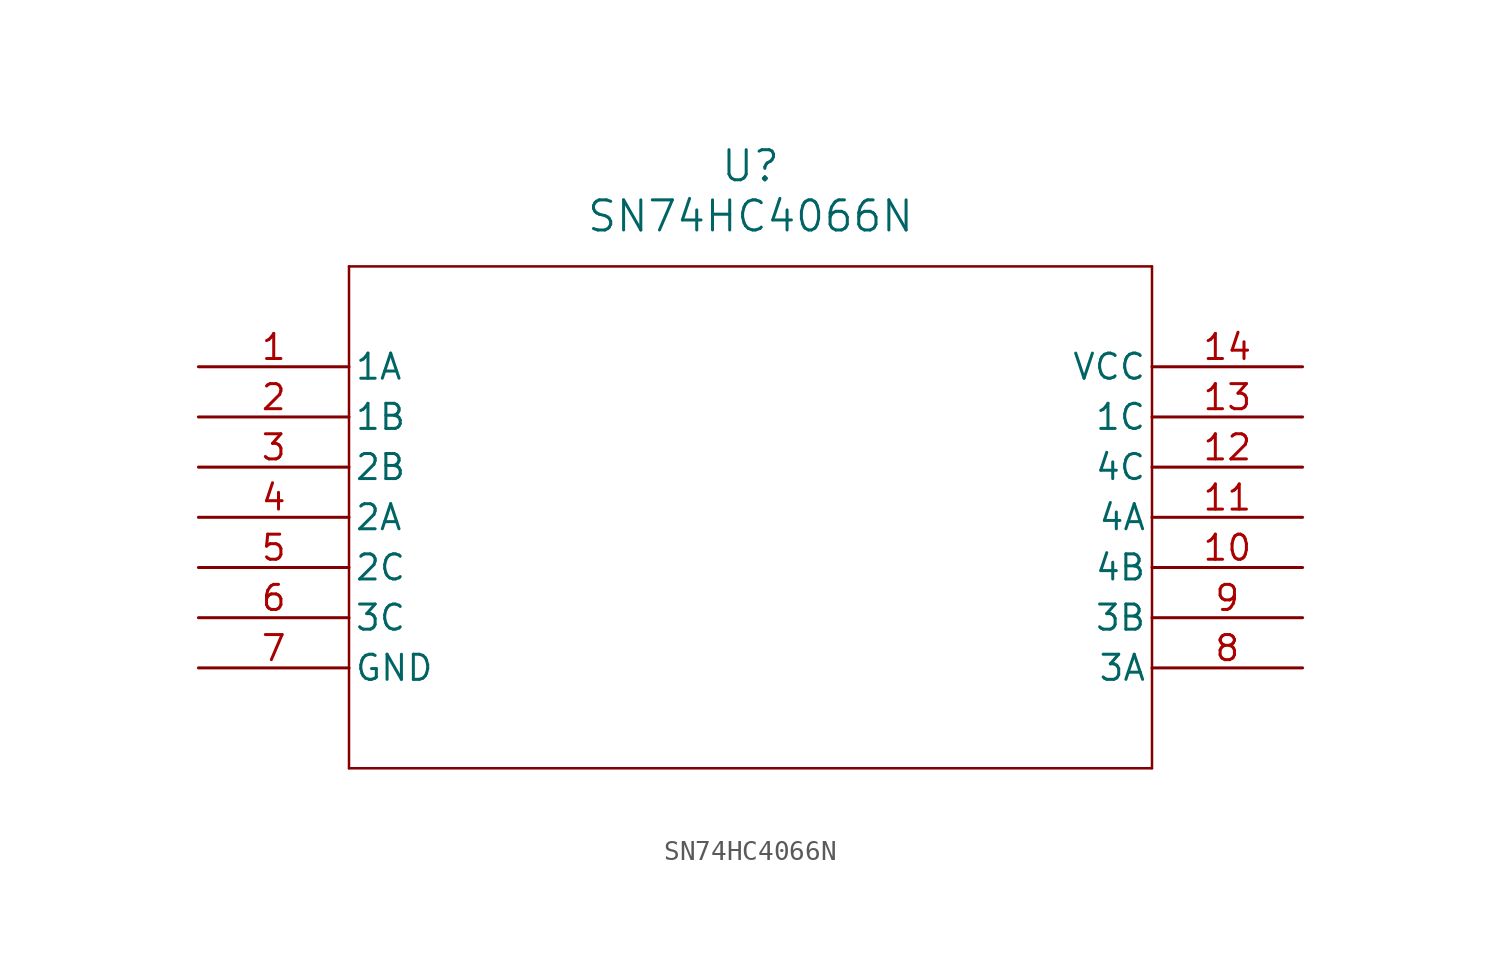
<source format=kicad_sym>
(kicad_symbol_lib
  (version 20211014)
  (generator kicad_symbol_editor)
  (symbol "SN74HC4066N"
    (pin_names
      (offset 0.254))
    (property "Reference" "U"
      (at 27.94 10.16 0)
      (effects (font (size 1.524 1.524))))
    (property "Value" "SN74HC4066N"
      (at 27.94 7.62 0)
      (effects (font (size 1.524 1.524))))
    (symbol "SN74HC4066N_0_1"
      (polyline (pts (xy 7.62 5.08) (xy 7.62 -20.32)) (stroke (width 0.127) (type default) (color 0 0 0 0)) (fill (type none)))
      (polyline (pts (xy 7.62 -20.32) (xy 48.26 -20.32)) (stroke (width 0.127) (type default) (color 0 0 0 0)) (fill (type none)))
      (polyline (pts (xy 48.26 -20.32) (xy 48.26 5.08)) (stroke (width 0.127) (type default) (color 0 0 0 0)) (fill (type none)))
      (polyline (pts (xy 48.26 5.08) (xy 7.62 5.08)) (stroke (width 0.127) (type default) (color 0 0 0 0)) (fill (type none)))
      (pin input line (at 0 0 0) (length 7.62) (name "1A" (effects (font (size 1.27 1.27)))) (number "1" (effects (font (size 1.27 1.27)))))
      (pin input line (at 0 -2.54 0) (length 7.62) (name "1B" (effects (font (size 1.27 1.27)))) (number "2" (effects (font (size 1.27 1.27)))))
      (pin input line (at 0 -5.08 0) (length 7.62) (name "2B" (effects (font (size 1.27 1.27)))) (number "3" (effects (font (size 1.27 1.27)))))
      (pin input line (at 0 -7.62 0) (length 7.62) (name "2A" (effects (font (size 1.27 1.27)))) (number "4" (effects (font (size 1.27 1.27)))))
      (pin input line (at 0 -10.16 0) (length 7.62) (name "2C" (effects (font (size 1.27 1.27)))) (number "5" (effects (font (size 1.27 1.27)))))
      (pin input line (at 0 -12.7 0) (length 7.62) (name "3C" (effects (font (size 1.27 1.27)))) (number "6" (effects (font (size 1.27 1.27)))))
      (pin power_in line (at 0 -15.24 0) (length 7.62) (name "GND" (effects (font (size 1.27 1.27)))) (number "7" (effects (font (size 1.27 1.27)))))
      (pin input line (at 55.88 -15.24 180) (length 7.62) (name "3A" (effects (font (size 1.27 1.27)))) (number "8" (effects (font (size 1.27 1.27)))))
      (pin input line (at 55.88 -12.7 180) (length 7.62) (name "3B" (effects (font (size 1.27 1.27)))) (number "9" (effects (font (size 1.27 1.27)))))
      (pin input line (at 55.88 -10.16 180) (length 7.62) (name "4B" (effects (font (size 1.27 1.27)))) (number "10" (effects (font (size 1.27 1.27)))))
      (pin input line (at 55.88 -7.62 180) (length 7.62) (name "4A" (effects (font (size 1.27 1.27)))) (number "11" (effects (font (size 1.27 1.27)))))
      (pin input line (at 55.88 -5.08 180) (length 7.62) (name "4C" (effects (font (size 1.27 1.27)))) (number "12" (effects (font (size 1.27 1.27)))))
      (pin input line (at 55.88 -2.54 180) (length 7.62) (name "1C" (effects (font (size 1.27 1.27)))) (number "13" (effects (font (size 1.27 1.27)))))
      (pin power_in line (at 55.88 0 180) (length 7.62) (name "VCC" (effects (font (size 1.27 1.27)))) (number "14" (effects (font (size 1.27 1.27))))))))
</source>
